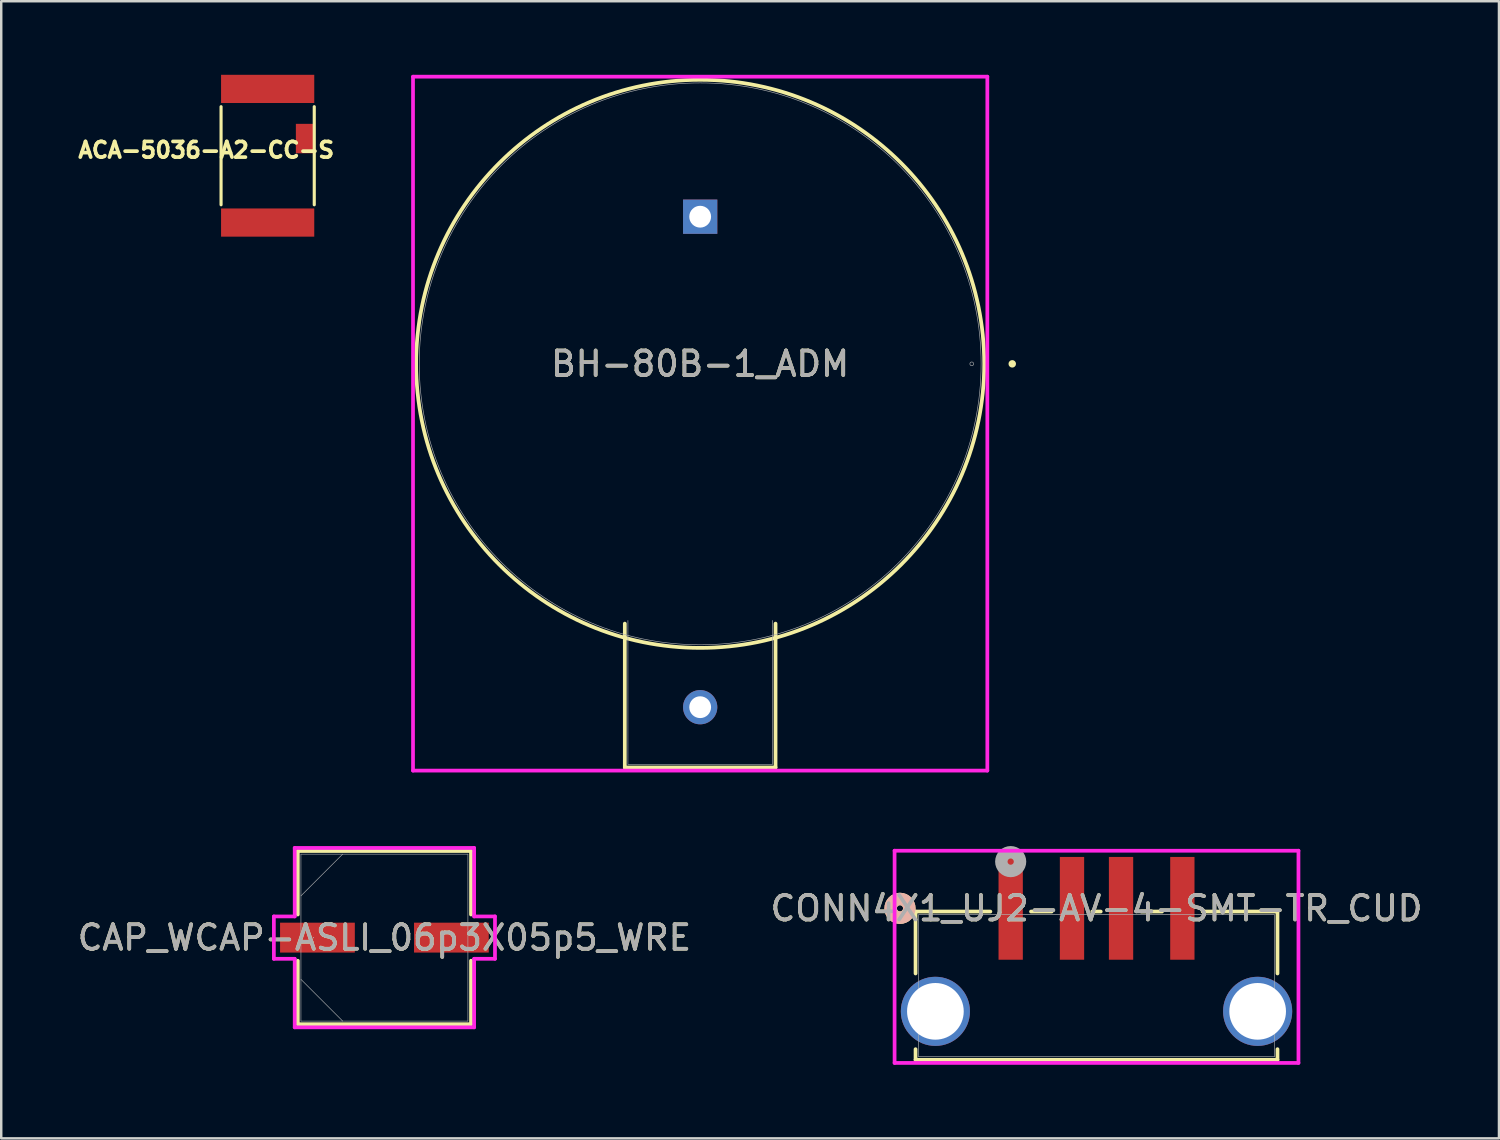
<source format=kicad_pcb>
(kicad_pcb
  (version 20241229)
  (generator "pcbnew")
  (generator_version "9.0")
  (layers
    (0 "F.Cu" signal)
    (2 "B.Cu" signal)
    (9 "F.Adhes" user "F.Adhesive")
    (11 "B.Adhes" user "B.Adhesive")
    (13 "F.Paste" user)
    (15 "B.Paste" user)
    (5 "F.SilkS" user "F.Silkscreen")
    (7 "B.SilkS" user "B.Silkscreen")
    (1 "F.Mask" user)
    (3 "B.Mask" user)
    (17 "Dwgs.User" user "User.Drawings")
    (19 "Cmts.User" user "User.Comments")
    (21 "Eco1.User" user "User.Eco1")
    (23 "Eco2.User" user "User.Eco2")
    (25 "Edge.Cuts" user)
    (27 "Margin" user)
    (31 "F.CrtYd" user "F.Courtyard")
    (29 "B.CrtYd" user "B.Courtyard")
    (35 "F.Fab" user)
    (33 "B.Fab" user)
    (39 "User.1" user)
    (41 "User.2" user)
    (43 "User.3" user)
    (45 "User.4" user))
  (footprint "CONN4X1_UJ2-AV-4-SMT-TR_CUD"
    (layer "F.Cu")
    (at 41.661 37.142)
    (property "Reference" "CONN4X1_UJ2-AV-4-SMT-TR_CUD" (at 0 -3.154 0) (unlocked yes) (layer "F.SilkS") (effects (font (size 1 1) (thickness 0.15))))
    (attr smd)
    (fp_line (start -7.379 -3.023) (end -7.379 -0.498) (stroke (width 0.152) (type solid)) (layer "F.SilkS"))
    (fp_line (start -7.379 2.589) (end -7.379 3.023) (stroke (width 0.152) (type solid)) (layer "F.SilkS"))
    (fp_line (start -7.379 3.023) (end 7.379 3.023) (stroke (width 0.152) (type solid)) (layer "F.SilkS"))
    (fp_line (start -4.328 -3.023) (end -7.379 -3.023) (stroke (width 0.152) (type solid)) (layer "F.SilkS"))
    (fp_line (start -1.828 -3.023) (end -2.672 -3.023) (stroke (width 0.152) (type solid)) (layer "F.SilkS"))
    (fp_line (start 0.172 -3.023) (end -0.172 -3.023) (stroke (width 0.152) (type solid)) (layer "F.SilkS"))
    (fp_line (start 2.672 -3.023) (end 1.828 -3.023) (stroke (width 0.152) (type solid)) (layer "F.SilkS"))
    (fp_line (start 7.379 -3.023) (end 4.328 -3.023) (stroke (width 0.152) (type solid)) (layer "F.SilkS"))
    (fp_line (start 7.379 -0.498) (end 7.379 -3.023) (stroke (width 0.152) (type solid)) (layer "F.SilkS"))
    (fp_line (start 7.379 3.023) (end 7.379 2.589) (stroke (width 0.152) (type solid)) (layer "F.SilkS"))
    (fp_circle (center -8.014 -3.154) (end -7.633 -3.154) (stroke (width 0.508) (type solid)) (fill no) (layer "F.SilkS"))
    (fp_circle (center -8.014 -3.154) (end -7.633 -3.154) (stroke (width 0.508) (type solid)) (fill no) (layer "B.SilkS"))
    (fp_line (start -8.234 -5.504) (end -8.234 3.15) (stroke (width 0.152) (type solid)) (layer "F.CrtYd"))
    (fp_line (start -8.234 3.15) (end 8.234 3.15) (stroke (width 0.152) (type solid)) (layer "F.CrtYd"))
    (fp_line (start 8.234 -5.504) (end -8.234 -5.504) (stroke (width 0.152) (type solid)) (layer "F.CrtYd"))
    (fp_line (start 8.234 3.15) (end 8.234 -5.504) (stroke (width 0.152) (type solid)) (layer "F.CrtYd"))
    (fp_line (start -7.252 -2.896) (end -7.252 2.896) (stroke (width 0.025) (type solid)) (layer "F.Fab"))
    (fp_line (start -7.252 2.896) (end 7.252 2.896) (stroke (width 0.025) (type solid)) (layer "F.Fab"))
    (fp_line (start 7.252 -2.896) (end -7.252 -2.896) (stroke (width 0.025) (type solid)) (layer "F.Fab"))
    (fp_line (start 7.252 2.896) (end 7.252 -2.896) (stroke (width 0.025) (type solid)) (layer "F.Fab"))
    (fp_circle (center -3.5 -5.059) (end -3.119 -5.059) (stroke (width 0.508) (type solid)) (fill no) (layer "F.Fab"))
    (fp_text user "${REFERENCE}" (at 0 -3.154 0) (unlocked yes) (layer "F.Fab") (effects (font (size 1 1) (thickness 0.15))))
    (pad "1" smd rect (at -3.5 -3.154) (size 0.991 4.191) (layers "F.Cu" "F.Mask" "F.Paste"))
    (pad "2" smd rect (at -1 -3.154) (size 0.991 4.191) (layers "F.Cu" "F.Mask" "F.Paste"))
    (pad "3" smd rect (at 1 -3.154) (size 0.991 4.191) (layers "F.Cu" "F.Mask" "F.Paste"))
    (pad "4" smd rect (at 3.5 -3.154) (size 0.991 4.191) (layers "F.Cu" "F.Mask" "F.Paste"))
    (pad "5" thru_hole circle (at -6.57 1.046) (size 2.819 2.819) (drill 2.311) (layers "*.Cu" "*.Mask"))
    (pad "6" thru_hole circle (at 6.57 1.046) (size 2.819 2.819) (drill 2.311) (layers "*.Cu" "*.Mask")))
  (footprint "CAP_WCAP-ASLI_06p3X05p5_WRE"
    (layer "F.Cu")
    (at 12.625 35.182)
    (property "Reference" "CAP_WCAP-ASLI_06p3X05p5_WRE" (at 0 0 0) (unlocked yes) (layer "F.SilkS") (effects (font (size 1 1) (thickness 0.15))))
    (attr smd)
    (fp_line (start -3.531 -3.531) (end -3.531 -0.942) (stroke (width 0.152) (type solid)) (layer "F.SilkS"))
    (fp_line (start -3.531 0.942) (end -3.531 3.531) (stroke (width 0.152) (type solid)) (layer "F.SilkS"))
    (fp_line (start -3.531 3.531) (end 3.531 3.531) (stroke (width 0.152) (type solid)) (layer "F.SilkS"))
    (fp_line (start 3.531 -3.531) (end -3.531 -3.531) (stroke (width 0.152) (type solid)) (layer "F.SilkS"))
    (fp_line (start 3.531 -0.942) (end 3.531 -3.531) (stroke (width 0.152) (type solid)) (layer "F.SilkS"))
    (fp_line (start 3.531 3.531) (end 3.531 0.942) (stroke (width 0.152) (type solid)) (layer "F.SilkS"))
    (fp_line (start -4.508 -0.864) (end -3.658 -0.864) (stroke (width 0.152) (type solid)) (layer "F.CrtYd"))
    (fp_line (start -4.508 0.864) (end -4.508 -0.864) (stroke (width 0.152) (type solid)) (layer "F.CrtYd"))
    (fp_line (start -3.658 -3.658) (end 3.658 -3.658) (stroke (width 0.152) (type solid)) (layer "F.CrtYd"))
    (fp_line (start -3.658 -0.864) (end -3.658 -3.658) (stroke (width 0.152) (type solid)) (layer "F.CrtYd"))
    (fp_line (start -3.658 0.864) (end -4.508 0.864) (stroke (width 0.152) (type solid)) (layer "F.CrtYd"))
    (fp_line (start -3.658 3.658) (end -3.658 0.864) (stroke (width 0.152) (type solid)) (layer "F.CrtYd"))
    (fp_line (start 3.658 -3.658) (end 3.658 -0.864) (stroke (width 0.152) (type solid)) (layer "F.CrtYd"))
    (fp_line (start 3.658 -0.864) (end 4.508 -0.864) (stroke (width 0.152) (type solid)) (layer "F.CrtYd"))
    (fp_line (start 3.658 0.864) (end 3.658 3.658) (stroke (width 0.152) (type solid)) (layer "F.CrtYd"))
    (fp_line (start 3.658 3.658) (end -3.658 3.658) (stroke (width 0.152) (type solid)) (layer "F.CrtYd"))
    (fp_line (start 4.508 -0.864) (end 4.508 0.864) (stroke (width 0.152) (type solid)) (layer "F.CrtYd"))
    (fp_line (start 4.508 0.864) (end 3.658 0.864) (stroke (width 0.152) (type solid)) (layer "F.CrtYd"))
    (fp_line (start -3.404 -3.404) (end -3.404 3.404) (stroke (width 0.025) (type solid)) (layer "F.Fab"))
    (fp_line (start -3.404 -1.702) (end -1.702 -3.404) (stroke (width 0.025) (type solid)) (layer "F.Fab"))
    (fp_line (start -3.404 1.702) (end -1.702 3.404) (stroke (width 0.025) (type solid)) (layer "F.Fab"))
    (fp_line (start -3.404 3.404) (end 3.404 3.404) (stroke (width 0.025) (type solid)) (layer "F.Fab"))
    (fp_line (start 3.404 -3.404) (end -3.404 -3.404) (stroke (width 0.025) (type solid)) (layer "F.Fab"))
    (fp_line (start 3.404 3.404) (end 3.404 -3.404) (stroke (width 0.025) (type solid)) (layer "F.Fab"))
    (fp_circle (center -2.896 0) (end -2.896 0) (stroke (width 0.025) (type solid)) (fill no) (layer "F.Fab"))
    (fp_text user "${REFERENCE}" (at 0 0 0) (unlocked yes) (layer "F.Fab") (effects (font (size 1 1) (thickness 0.15))))
    (pad "1" smd rect (at -2.731 0) (size 3.048 1.219) (layers "F.Cu" "F.Mask" "F.Paste"))
    (pad "2" smd rect (at 2.731 0) (size 3.048 1.219) (layers "F.Cu" "F.Mask" "F.Paste"))
    (zone (net_name "") (layer "F.Cu") (hatch full 0.508) (connect_pads) (min_thickness 0.254) (filled_areas_thickness no) (keepout (tracks not_allowed) (vias not_allowed) (pads allowed) (copperpour not_allowed) (footprints allowed)) (placement (enabled no)) (fill) (polygon (pts (xy 9.272 31.829) (xy 15.978 31.829) (xy 15.978 34.521) (xy 9.272 34.521))))
    (zone (net_name "") (layer "F.Cu") (hatch full 0.508) (connect_pads) (min_thickness 0.254) (filled_areas_thickness no) (keepout (tracks not_allowed) (vias not_allowed) (pads allowed) (copperpour not_allowed) (footprints allowed)) (placement (enabled no)) (fill) (polygon (pts (xy 9.272 35.842) (xy 15.978 35.842) (xy 15.978 38.535) (xy 9.272 38.535))))
    (zone (net_name "") (layer "F.Cu") (hatch full 0.508) (connect_pads) (min_thickness 0.254) (filled_areas_thickness no) (keepout (tracks not_allowed) (vias not_allowed) (pads allowed) (copperpour not_allowed) (footprints allowed)) (placement (enabled no)) (fill) (polygon (pts (xy 11.469 34.521) (xy 13.781 34.521) (xy 13.781 35.842) (xy 11.469 35.842)))))
  (footprint "ACA-5036-A2-CC-S"
    (layer "F.Cu")
    (at 7.864 3.3)
    (property "Reference" "ACA-5036-A2-CC-S" (at -2.506 -0.232 180) (layer "F.SilkS") (effects (font (size 0.64 0.64) (thickness 0.15))))
    (attr smd)
    (fp_line (start -1.9 -2) (end -1.9 2) (stroke (width 0.127) (type solid)) (layer "F.SilkS"))
    (fp_line (start 1.9 -2) (end 1.9 2) (stroke (width 0.127) (type solid)) (layer "F.SilkS"))
    (pad "FEED" smd rect (at 1.525 -0.7) (size 0.75 1.2) (layers "F.Cu" "F.Mask" "F.Paste"))
    (pad "GND1" smd rect (at 0 -2.725) (size 3.8 1.15) (layers "F.Cu" "F.Mask" "F.Paste"))
    (pad "GND2" smd rect (at 0 2.725) (size 3.8 1.15) (layers "F.Cu" "F.Mask" "F.Paste")))
  (footprint "BH-80B-1_ADM"
    (layer "F.Cu")
    (at 25.5 5.786)
    (property "Reference" "BH-80B-1_ADM" (at 0 6 0) (unlocked yes) (layer "F.SilkS") (effects (font (size 1 1) (thickness 0.15))))
    (attr through_hole)
    (fp_line (start -3.073 16.592) (end -3.073 22.459) (stroke (width 0.152) (type solid)) (layer "F.SilkS"))
    (fp_line (start -3.073 22.459) (end 3.073 22.459) (stroke (width 0.152) (type solid)) (layer "F.SilkS"))
    (fp_line (start 3.073 22.459) (end 3.073 16.592) (stroke (width 0.152) (type solid)) (layer "F.SilkS"))
    (fp_circle (center 0 6) (end 11.582 6) (stroke (width 0.152) (type solid)) (fill no) (layer "F.SilkS"))
    (fp_circle (center 12.725 6) (end 12.802 6) (stroke (width 0.152) (type solid)) (fill no) (layer "F.SilkS"))
    (fp_line (start -11.709 -5.709) (end 11.709 -5.709) (stroke (width 0.152) (type solid)) (layer "F.CrtYd"))
    (fp_line (start -11.709 22.586) (end -11.709 -5.709) (stroke (width 0.152) (type solid)) (layer "F.CrtYd"))
    (fp_line (start 11.709 -5.709) (end 11.709 22.586) (stroke (width 0.152) (type solid)) (layer "F.CrtYd"))
    (fp_line (start 11.709 22.586) (end -11.709 22.586) (stroke (width 0.152) (type solid)) (layer "F.CrtYd"))
    (fp_line (start -2.946 16.465) (end -2.946 22.332) (stroke (width 0.025) (type solid)) (layer "F.Fab"))
    (fp_line (start -2.946 22.332) (end 2.946 22.332) (stroke (width 0.025) (type solid)) (layer "F.Fab"))
    (fp_line (start 2.946 22.332) (end 2.946 16.465) (stroke (width 0.025) (type solid)) (layer "F.Fab"))
    (fp_circle (center 0 6) (end 11.455 6) (stroke (width 0.025) (type solid)) (fill no) (layer "F.Fab"))
    (fp_circle (center 11.074 6) (end 11.151 6) (stroke (width 0.025) (type solid)) (fill no) (layer "F.Fab"))
    (fp_text user "${REFERENCE}" (at 0 6 0) (unlocked yes) (layer "F.Fab") (effects (font (size 1 1) (thickness 0.15))))
    (pad "1" thru_hole rect (at 0 0) (size 1.397 1.397) (drill 0.889) (layers "*.Cu" "*.Mask"))
    (pad "2" thru_hole circle (at 0 20) (size 1.397 1.397) (drill 0.889) (layers "*.Cu" "*.Mask")))
  (gr_rect
    (start -3 -3)
    (end 58.071 43.368)
    (stroke (width 0.1) (type default))
    (fill no)
    (layer "Edge.Cuts")))
</source>
